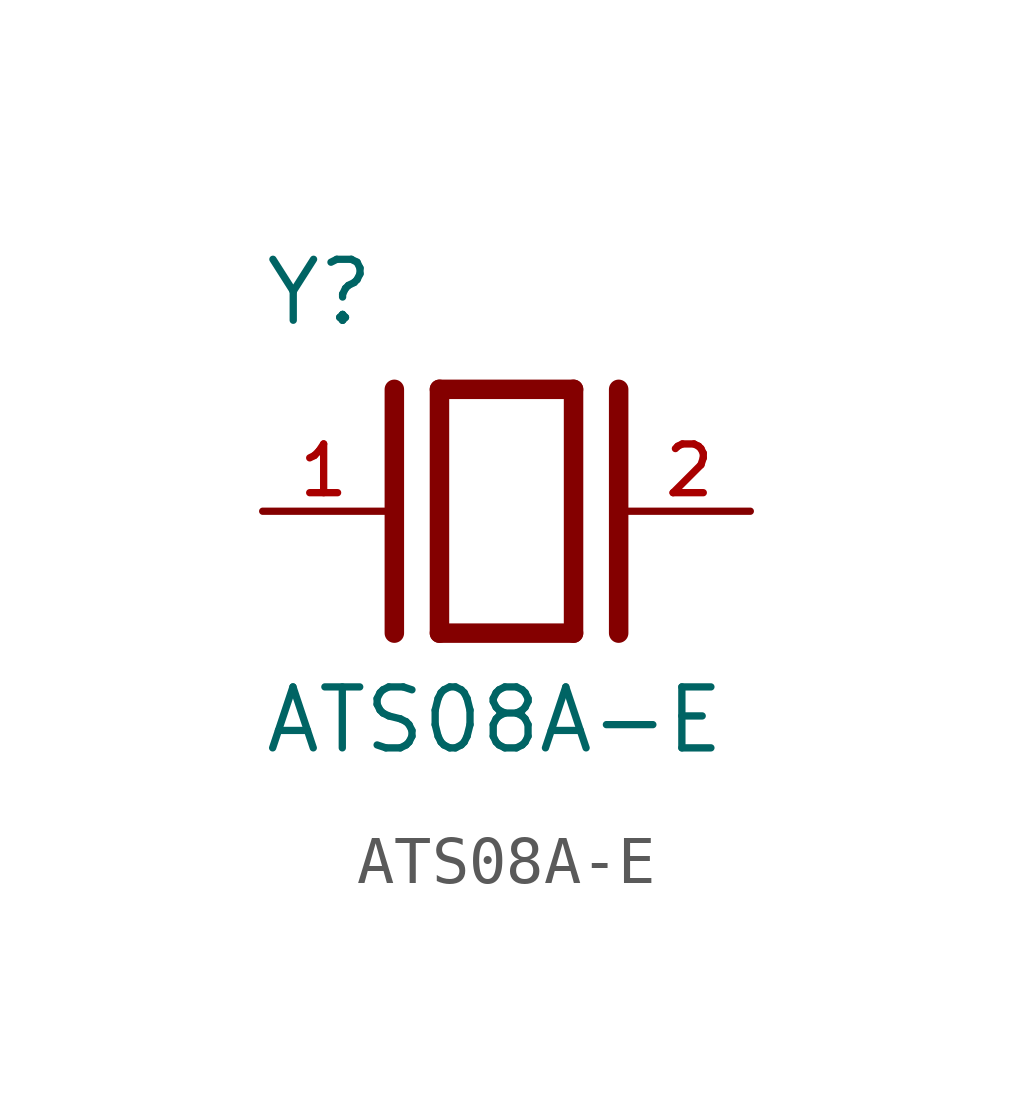
<source format=kicad_sym>
(kicad_symbol_lib
  (version 20211014)
  (generator kicad_symbol_editor)
  (symbol "ATS08A-E"
    (pin_names
      (offset 1.016))
    (property "Reference" "Y"
      (at -5.088 3.816 0)
      (effects (font (size 1.27 1.27)) (justify bottom left)))
    (property "Value" "ATS08A-E"
      (at -5.094 -5.094 0)
      (effects (font (size 1.27 1.27)) (justify bottom left)))
    (symbol "ATS08A-E_0_0"
      (polyline (pts (xy -1.397 2.54) (xy 1.397 2.54)) (stroke (width 0.406)))
      (polyline (pts (xy 1.397 2.54) (xy 1.397 -2.54)) (stroke (width 0.406)))
      (polyline (pts (xy 1.397 -2.54) (xy -1.397 -2.54)) (stroke (width 0.406)))
      (polyline (pts (xy -1.397 2.54) (xy -1.397 -2.54)) (stroke (width 0.406)))
      (polyline (pts (xy 2.337 2.54) (xy 2.337 -2.54)) (stroke (width 0.406)))
      (polyline (pts (xy -2.337 2.54) (xy -2.337 -2.54)) (stroke (width 0.406)))
      (pin passive line (at 5.08 0.0 180.0) (length 2.54) (name "~" (effects (font (size 1.016 1.016)))) (number "2" (effects (font (size 1.016 1.016)))))
      (pin passive line (at -5.08 0.0 0) (length 2.54) (name "~" (effects (font (size 1.016 1.016)))) (number "1" (effects (font (size 1.016 1.016))))))))
</source>
